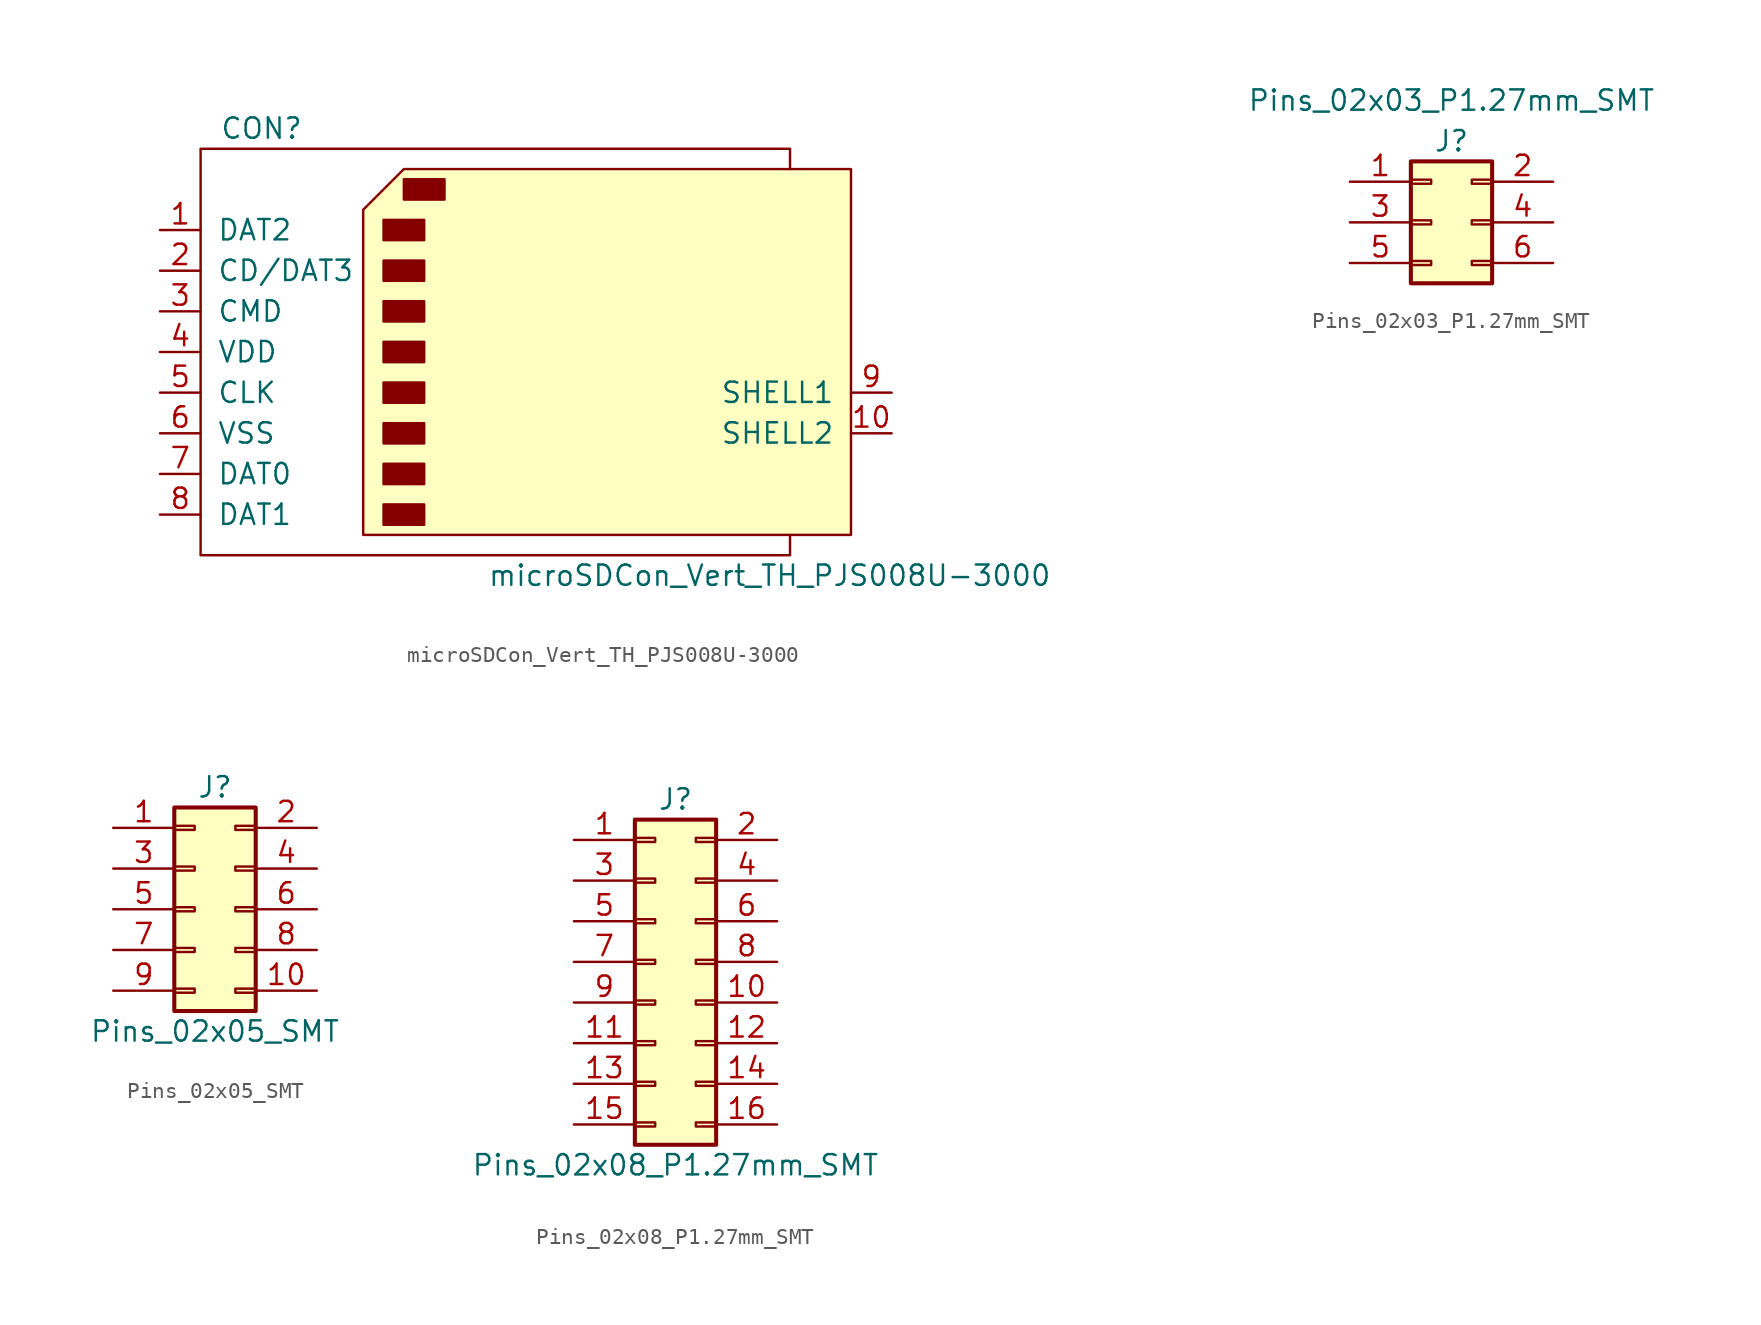
<source format=kicad_sym>
(kicad_symbol_lib
  (version 20211014)
  (generator kicad_symbol_editor)
  (symbol "microSDCon_Vert_TH_PJS008U-3000"
    (pin_names
      (offset 1.016))
    (property "Reference" "CON"
      (at -16.51 13.97 0)
      (effects (font (size 1.27 1.27))))
    (property "Value" "microSDCon_Vert_TH_PJS008U-3000"
      (at 15.24 -13.97 0)
      (effects (font (size 1.27 1.27))))
    (symbol "microSDCon_Vert_TH_PJS008U-3000_0_1"
      (rectangle (start -8.89 -9.525) (end -6.35 -10.795) (stroke (width 0) (type default) (color 0 0 0 0)) (fill (type outline)))
      (rectangle (start -8.89 -6.985) (end -6.35 -8.255) (stroke (width 0) (type default) (color 0 0 0 0)) (fill (type outline)))
      (rectangle (start -8.89 -4.445) (end -6.35 -5.715) (stroke (width 0) (type default) (color 0 0 0 0)) (fill (type outline)))
      (rectangle (start -8.89 -1.905) (end -6.35 -3.175) (stroke (width 0) (type default) (color 0 0 0 0)) (fill (type outline)))
      (rectangle (start -8.89 0.635) (end -6.35 -0.635) (stroke (width 0) (type default) (color 0 0 0 0)) (fill (type outline)))
      (rectangle (start -8.89 3.175) (end -6.35 1.905) (stroke (width 0) (type default) (color 0 0 0 0)) (fill (type outline)))
      (rectangle (start -8.89 5.715) (end -6.35 4.445) (stroke (width 0) (type default) (color 0 0 0 0)) (fill (type outline)))
      (rectangle (start -8.89 8.255) (end -6.35 6.985) (stroke (width 0) (type default) (color 0 0 0 0)) (fill (type outline)))
      (rectangle (start -7.62 10.795) (end -5.08 9.525) (stroke (width 0) (type default) (color 0 0 0 0)) (fill (type outline)))
      (polyline (pts (xy -10.16 8.89) (xy -7.62 11.43) (xy 20.32 11.43) (xy 20.32 -11.43) (xy -10.16 -11.43) (xy -10.16 8.89)) (stroke (width 0) (type default) (color 0 0 0 0)) (fill (type background)))
      (polyline (pts (xy 16.51 11.43) (xy 16.51 12.7) (xy -20.32 12.7) (xy -20.32 -12.7) (xy 16.51 -12.7) (xy 16.51 -11.43)) (stroke (width 0) (type default) (color 0 0 0 0)) (fill (type none))))
    (symbol "microSDCon_Vert_TH_PJS008U-3000_1_1"
      (pin input line (at -22.86 7.62 0) (length 2.54) (name "DAT2" (effects (font (size 1.27 1.27)))) (number "1" (effects (font (size 1.27 1.27)))))
      (pin input line (at 22.86 -5.08 180) (length 2.54) (name "SHELL2" (effects (font (size 1.27 1.27)))) (number "10" (effects (font (size 1.27 1.27)))))
      (pin input line (at -22.86 5.08 0) (length 2.54) (name "CD/DAT3" (effects (font (size 1.27 1.27)))) (number "2" (effects (font (size 1.27 1.27)))))
      (pin input line (at -22.86 2.54 0) (length 2.54) (name "CMD" (effects (font (size 1.27 1.27)))) (number "3" (effects (font (size 1.27 1.27)))))
      (pin input line (at -22.86 0 0) (length 2.54) (name "VDD" (effects (font (size 1.27 1.27)))) (number "4" (effects (font (size 1.27 1.27)))))
      (pin input line (at -22.86 -2.54 0) (length 2.54) (name "CLK" (effects (font (size 1.27 1.27)))) (number "5" (effects (font (size 1.27 1.27)))))
      (pin input line (at -22.86 -5.08 0) (length 2.54) (name "VSS" (effects (font (size 1.27 1.27)))) (number "6" (effects (font (size 1.27 1.27)))))
      (pin input line (at -22.86 -7.62 0) (length 2.54) (name "DAT0" (effects (font (size 1.27 1.27)))) (number "7" (effects (font (size 1.27 1.27)))))
      (pin input line (at -22.86 -10.16 0) (length 2.54) (name "DAT1" (effects (font (size 1.27 1.27)))) (number "8" (effects (font (size 1.27 1.27)))))
      (pin input line (at 22.86 -2.54 180) (length 2.54) (name "SHELL1" (effects (font (size 1.27 1.27)))) (number "9" (effects (font (size 1.27 1.27)))))))
  (symbol "Pins_02x03_P1.27mm_SMT"
    (pin_names
      (offset 0.025) hide)
    (property "Reference" "J"
      (at 0 5.08 0)
      (effects (font (size 1.27 1.27))))
    (property "Value" "Pins_02x03_P1.27mm_SMT"
      (at 0 7.62 0)
      (effects (font (size 1.27 1.27))))
    (symbol "Pins_02x03_P1.27mm_SMT_0_1"
      (rectangle (start -2.54 -2.413) (end -1.27 -2.667) (stroke (width 0.152) (type default) (color 0 0 0 0)) (fill (type none)))
      (rectangle (start -2.54 0.127) (end -1.27 -0.127) (stroke (width 0.152) (type default) (color 0 0 0 0)) (fill (type none)))
      (rectangle (start -2.54 2.667) (end -1.27 2.413) (stroke (width 0.152) (type default) (color 0 0 0 0)) (fill (type none)))
      (rectangle (start -2.54 3.81) (end 2.54 -3.81) (stroke (width 0.254) (type default) (color 0 0 0 0)) (fill (type background)))
      (rectangle (start 1.27 -2.413) (end 2.54 -2.667) (stroke (width 0.152) (type default) (color 0 0 0 0)) (fill (type none)))
      (rectangle (start 1.27 0.127) (end 2.54 -0.127) (stroke (width 0.152) (type default) (color 0 0 0 0)) (fill (type none)))
      (rectangle (start 1.27 2.667) (end 2.54 2.413) (stroke (width 0.152) (type default) (color 0 0 0 0)) (fill (type none))))
    (symbol "Pins_02x03_P1.27mm_SMT_1_1"
      (pin passive line (at -6.35 2.54 0) (length 3.81) (name "+12V" (effects (font (size 1.27 1.27)))) (number "1" (effects (font (size 1.27 1.27)))))
      (pin passive line (at 6.35 2.54 180) (length 3.81) (name "+12V" (effects (font (size 1.27 1.27)))) (number "2" (effects (font (size 1.27 1.27)))))
      (pin passive line (at -6.35 0 0) (length 3.81) (name "GND" (effects (font (size 1.27 1.27)))) (number "3" (effects (font (size 1.27 1.27)))))
      (pin passive line (at 6.35 0 180) (length 3.81) (name "GND" (effects (font (size 1.27 1.27)))) (number "4" (effects (font (size 1.27 1.27)))))
      (pin passive line (at -6.35 -2.54 0) (length 3.81) (name "GND" (effects (font (size 1.27 1.27)))) (number "5" (effects (font (size 1.27 1.27)))))
      (pin passive line (at 6.35 -2.54 180) (length 3.81) (name "GND" (effects (font (size 1.27 1.27)))) (number "6" (effects (font (size 1.27 1.27)))))))
  (symbol "Pins_02x05_SMT"
    (pin_names
      (offset 1.016) hide)
    (property "Reference" "J"
      (at 0 7.62 0)
      (effects (font (size 1.27 1.27))))
    (property "Value" "Pins_02x05_SMT"
      (at 0 -7.62 0)
      (effects (font (size 1.27 1.27))))
    (symbol "Pins_02x05_SMT_1_1"
      (rectangle (start -2.54 -4.953) (end -1.27 -5.207) (stroke (width 0.152) (type default) (color 0 0 0 0)) (fill (type none)))
      (rectangle (start -2.54 -2.413) (end -1.27 -2.667) (stroke (width 0.152) (type default) (color 0 0 0 0)) (fill (type none)))
      (rectangle (start -2.54 0.127) (end -1.27 -0.127) (stroke (width 0.152) (type default) (color 0 0 0 0)) (fill (type none)))
      (rectangle (start -2.54 2.667) (end -1.27 2.413) (stroke (width 0.152) (type default) (color 0 0 0 0)) (fill (type none)))
      (rectangle (start -2.54 5.207) (end -1.27 4.953) (stroke (width 0.152) (type default) (color 0 0 0 0)) (fill (type none)))
      (rectangle (start -2.54 6.35) (end 2.54 -6.35) (stroke (width 0.254) (type default) (color 0 0 0 0)) (fill (type background)))
      (rectangle (start 2.54 -4.953) (end 1.27 -5.207) (stroke (width 0.152) (type default) (color 0 0 0 0)) (fill (type none)))
      (rectangle (start 2.54 -2.413) (end 1.27 -2.667) (stroke (width 0.152) (type default) (color 0 0 0 0)) (fill (type none)))
      (rectangle (start 2.54 0.127) (end 1.27 -0.127) (stroke (width 0.152) (type default) (color 0 0 0 0)) (fill (type none)))
      (rectangle (start 2.54 2.667) (end 1.27 2.413) (stroke (width 0.152) (type default) (color 0 0 0 0)) (fill (type none)))
      (rectangle (start 2.54 5.207) (end 1.27 4.953) (stroke (width 0.152) (type default) (color 0 0 0 0)) (fill (type none)))
      (pin passive line (at -6.35 5.08 0) (length 3.81) (name "Pin_1" (effects (font (size 1.27 1.27)))) (number "1" (effects (font (size 1.27 1.27)))))
      (pin passive line (at 6.35 -5.08 180) (length 3.81) (name "Pin_10" (effects (font (size 1.27 1.27)))) (number "10" (effects (font (size 1.27 1.27)))))
      (pin passive line (at 6.35 5.08 180) (length 3.81) (name "Pin_2" (effects (font (size 1.27 1.27)))) (number "2" (effects (font (size 1.27 1.27)))))
      (pin passive line (at -6.35 2.54 0) (length 3.81) (name "Pin_3" (effects (font (size 1.27 1.27)))) (number "3" (effects (font (size 1.27 1.27)))))
      (pin passive line (at 6.35 2.54 180) (length 3.81) (name "Pin_4" (effects (font (size 1.27 1.27)))) (number "4" (effects (font (size 1.27 1.27)))))
      (pin passive line (at -6.35 0 0) (length 3.81) (name "Pin_5" (effects (font (size 1.27 1.27)))) (number "5" (effects (font (size 1.27 1.27)))))
      (pin passive line (at 6.35 0 180) (length 3.81) (name "Pin_6" (effects (font (size 1.27 1.27)))) (number "6" (effects (font (size 1.27 1.27)))))
      (pin passive line (at -6.35 -2.54 0) (length 3.81) (name "Pin_7" (effects (font (size 1.27 1.27)))) (number "7" (effects (font (size 1.27 1.27)))))
      (pin passive line (at 6.35 -2.54 180) (length 3.81) (name "Pin_8" (effects (font (size 1.27 1.27)))) (number "8" (effects (font (size 1.27 1.27)))))
      (pin passive line (at -6.35 -5.08 0) (length 3.81) (name "Pin_9" (effects (font (size 1.27 1.27)))) (number "9" (effects (font (size 1.27 1.27)))))))
  (symbol "Pins_02x08_P1.27mm_SMT"
    (pin_names
      (offset 1.016) hide)
    (property "Reference" "J"
      (at 0 11.43 0)
      (effects (font (size 1.27 1.27))))
    (property "Value" "Pins_02x08_P1.27mm_SMT"
      (at 0 -11.43 0)
      (effects (font (size 1.27 1.27))))
    (symbol "Pins_02x08_P1.27mm_SMT_1_1"
      (rectangle (start -2.54 -8.763) (end -1.27 -9.017) (stroke (width 0) (type default) (color 0 0 0 0)) (fill (type none)))
      (rectangle (start -2.54 -6.223) (end -1.27 -6.477) (stroke (width 0) (type default) (color 0 0 0 0)) (fill (type none)))
      (rectangle (start -2.54 -3.683) (end -1.27 -3.937) (stroke (width 0) (type default) (color 0 0 0 0)) (fill (type none)))
      (rectangle (start -2.54 -1.143) (end -1.27 -1.397) (stroke (width 0) (type default) (color 0 0 0 0)) (fill (type none)))
      (rectangle (start -2.54 1.397) (end -1.27 1.143) (stroke (width 0) (type default) (color 0 0 0 0)) (fill (type none)))
      (rectangle (start -2.54 3.937) (end -1.27 3.683) (stroke (width 0) (type default) (color 0 0 0 0)) (fill (type none)))
      (rectangle (start -2.54 6.477) (end -1.27 6.223) (stroke (width 0) (type default) (color 0 0 0 0)) (fill (type none)))
      (rectangle (start -2.54 9.017) (end -1.27 8.763) (stroke (width 0) (type default) (color 0 0 0 0)) (fill (type none)))
      (rectangle (start -2.54 10.16) (end 2.54 -10.16) (stroke (width 0.254) (type default) (color 0 0 0 0)) (fill (type background)))
      (rectangle (start 1.27 -8.763) (end 2.54 -9.017) (stroke (width 0) (type default) (color 0 0 0 0)) (fill (type none)))
      (rectangle (start 1.27 -6.223) (end 2.54 -6.477) (stroke (width 0) (type default) (color 0 0 0 0)) (fill (type none)))
      (rectangle (start 1.27 -3.683) (end 2.54 -3.937) (stroke (width 0) (type default) (color 0 0 0 0)) (fill (type none)))
      (rectangle (start 1.27 -1.143) (end 2.54 -1.397) (stroke (width 0) (type default) (color 0 0 0 0)) (fill (type none)))
      (rectangle (start 1.27 1.397) (end 2.54 1.143) (stroke (width 0) (type default) (color 0 0 0 0)) (fill (type none)))
      (rectangle (start 1.27 3.937) (end 2.54 3.683) (stroke (width 0) (type default) (color 0 0 0 0)) (fill (type none)))
      (rectangle (start 1.27 6.477) (end 2.54 6.223) (stroke (width 0) (type default) (color 0 0 0 0)) (fill (type none)))
      (rectangle (start 1.27 9.017) (end 2.54 8.763) (stroke (width 0) (type default) (color 0 0 0 0)) (fill (type none)))
      (pin passive line (at -6.35 8.89 0) (length 3.81) (name "P1" (effects (font (size 1.27 1.27)))) (number "1" (effects (font (size 1.27 1.27)))))
      (pin passive line (at 6.35 -1.27 180) (length 3.81) (name "GND" (effects (font (size 1.27 1.27)))) (number "10" (effects (font (size 1.27 1.27)))))
      (pin passive line (at -6.35 -3.81 0) (length 3.81) (name "GND" (effects (font (size 1.27 1.27)))) (number "11" (effects (font (size 1.27 1.27)))))
      (pin passive line (at 6.35 -3.81 180) (length 3.81) (name "GND" (effects (font (size 1.27 1.27)))) (number "12" (effects (font (size 1.27 1.27)))))
      (pin passive line (at -6.35 -6.35 0) (length 3.81) (name "-12" (effects (font (size 1.27 1.27)))) (number "13" (effects (font (size 1.27 1.27)))))
      (pin passive line (at 6.35 -6.35 180) (length 3.81) (name "-12V" (effects (font (size 1.27 1.27)))) (number "14" (effects (font (size 1.27 1.27)))))
      (pin passive line (at -6.35 -8.89 0) (length 3.81) (name "-12V" (effects (font (size 1.27 1.27)))) (number "15" (effects (font (size 1.27 1.27)))))
      (pin passive line (at 6.35 -8.89 180) (length 3.81) (name "P16" (effects (font (size 1.27 1.27)))) (number "16" (effects (font (size 1.27 1.27)))))
      (pin passive line (at 6.35 8.89 180) (length 3.81) (name "P2" (effects (font (size 1.27 1.27)))) (number "2" (effects (font (size 1.27 1.27)))))
      (pin passive line (at -6.35 6.35 0) (length 3.81) (name "P3" (effects (font (size 1.27 1.27)))) (number "3" (effects (font (size 1.27 1.27)))))
      (pin passive line (at 6.35 6.35 180) (length 3.81) (name "P4" (effects (font (size 1.27 1.27)))) (number "4" (effects (font (size 1.27 1.27)))))
      (pin passive line (at -6.35 3.81 0) (length 3.81) (name "+12V" (effects (font (size 1.27 1.27)))) (number "5" (effects (font (size 1.27 1.27)))))
      (pin passive line (at 6.35 3.81 180) (length 3.81) (name "P6" (effects (font (size 1.27 1.27)))) (number "6" (effects (font (size 1.27 1.27)))))
      (pin passive line (at -6.35 1.27 0) (length 3.81) (name "12V" (effects (font (size 1.27 1.27)))) (number "7" (effects (font (size 1.27 1.27)))))
      (pin passive line (at 6.35 1.27 180) (length 3.81) (name "+12V" (effects (font (size 1.27 1.27)))) (number "8" (effects (font (size 1.27 1.27)))))
      (pin passive line (at -6.35 -1.27 0) (length 3.81) (name "GND" (effects (font (size 1.27 1.27)))) (number "9" (effects (font (size 1.27 1.27))))))))
</source>
